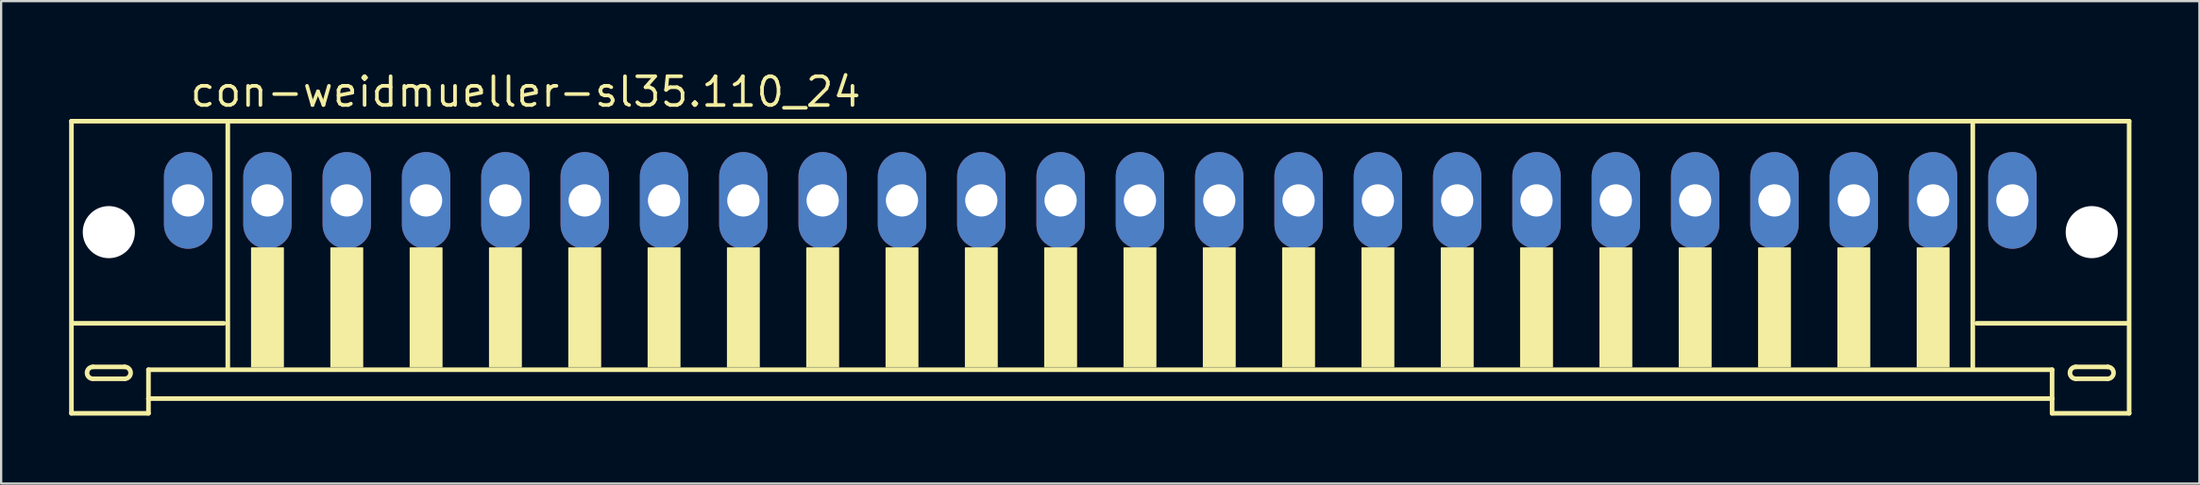
<source format=kicad_pcb>
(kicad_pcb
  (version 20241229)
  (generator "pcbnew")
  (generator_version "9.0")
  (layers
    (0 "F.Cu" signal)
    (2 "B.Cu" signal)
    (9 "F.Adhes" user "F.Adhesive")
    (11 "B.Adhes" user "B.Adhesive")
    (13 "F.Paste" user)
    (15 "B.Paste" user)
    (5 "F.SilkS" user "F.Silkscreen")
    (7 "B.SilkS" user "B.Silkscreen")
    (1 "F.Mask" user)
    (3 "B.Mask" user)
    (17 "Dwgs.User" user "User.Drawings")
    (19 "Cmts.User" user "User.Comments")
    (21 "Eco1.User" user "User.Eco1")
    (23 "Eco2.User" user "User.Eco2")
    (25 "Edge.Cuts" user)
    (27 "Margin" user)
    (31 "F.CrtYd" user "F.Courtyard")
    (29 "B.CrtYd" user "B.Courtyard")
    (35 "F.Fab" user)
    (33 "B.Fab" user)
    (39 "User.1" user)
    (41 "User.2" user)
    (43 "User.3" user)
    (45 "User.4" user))
  (footprint "con-weidmueller-sl35.110_24"
    (layer "F.Cu")
    (at 45.502 7.55)
    (property "Reference" "con-weidmueller-sl35.110_24" (at -40.25 -5.8 0) (layer "F.SilkS") (effects (font (size 1.27 1.27) (thickness 0.16)) (justify left bottom)))
    (attr through_hole)
    (fp_line (start -45.4 -5.25) (end -45.4 7.65) (stroke (width 0.203) (type default)) (layer "F.SilkS"))
    (fp_line (start -45.4 7.65) (end -42 7.65) (stroke (width 0.203) (type default)) (layer "F.SilkS"))
    (fp_line (start -44.45 5.6) (end -43.05 5.6) (stroke (width 0.203) (type default)) (layer "F.SilkS"))
    (fp_line (start -43.05 6.125) (end -44.45 6.125) (stroke (width 0.203) (type default)) (layer "F.SilkS"))
    (fp_line (start -42 5.725) (end 42 5.725) (stroke (width 0.203) (type default)) (layer "F.SilkS"))
    (fp_line (start -42 7) (end -42 5.725) (stroke (width 0.203) (type default)) (layer "F.SilkS"))
    (fp_line (start -42 7) (end 42 7) (stroke (width 0.203) (type default)) (layer "F.SilkS"))
    (fp_line (start -42 7.65) (end -42 7) (stroke (width 0.203) (type default)) (layer "F.SilkS"))
    (fp_line (start -38.675 3.675) (end -45.325 3.675) (stroke (width 0.203) (type default)) (layer "F.SilkS"))
    (fp_line (start -38.5 -5.125) (end -38.5 5.6) (stroke (width 0.203) (type default)) (layer "F.SilkS"))
    (fp_line (start 38.5 5.6) (end 38.5 -5.125) (stroke (width 0.203) (type default)) (layer "F.SilkS"))
    (fp_line (start 42 5.725) (end 42 7) (stroke (width 0.203) (type default)) (layer "F.SilkS"))
    (fp_line (start 42 7) (end 42 7.65) (stroke (width 0.203) (type default)) (layer "F.SilkS"))
    (fp_line (start 42 7.65) (end 45.4 7.65) (stroke (width 0.203) (type default)) (layer "F.SilkS"))
    (fp_line (start 43.05 5.6) (end 44.45 5.6) (stroke (width 0.203) (type default)) (layer "F.SilkS"))
    (fp_line (start 44.45 6.125) (end 43.05 6.125) (stroke (width 0.203) (type default)) (layer "F.SilkS"))
    (fp_line (start 45.325 3.675) (end 38.675 3.675) (stroke (width 0.203) (type default)) (layer "F.SilkS"))
    (fp_line (start 45.4 -5.25) (end -45.4 -5.25) (stroke (width 0.203) (type default)) (layer "F.SilkS"))
    (fp_line (start 45.4 7.65) (end 45.4 -5.25) (stroke (width 0.203) (type default)) (layer "F.SilkS"))
    (fp_rect (start -37.45 5.6) (end -36.05 0.35) (stroke (width 0.05) (type default)) (fill yes) (layer "F.SilkS"))
    (fp_rect (start -33.95 5.6) (end -32.55 0.35) (stroke (width 0.05) (type default)) (fill yes) (layer "F.SilkS"))
    (fp_rect (start -30.45 5.6) (end -29.05 0.35) (stroke (width 0.05) (type default)) (fill yes) (layer "F.SilkS"))
    (fp_rect (start -26.95 5.6) (end -25.55 0.35) (stroke (width 0.05) (type default)) (fill yes) (layer "F.SilkS"))
    (fp_rect (start -23.45 5.6) (end -22.05 0.35) (stroke (width 0.05) (type default)) (fill yes) (layer "F.SilkS"))
    (fp_rect (start -19.95 5.6) (end -18.55 0.35) (stroke (width 0.05) (type default)) (fill yes) (layer "F.SilkS"))
    (fp_rect (start -16.45 5.6) (end -15.05 0.35) (stroke (width 0.05) (type default)) (fill yes) (layer "F.SilkS"))
    (fp_rect (start -12.95 5.6) (end -11.55 0.35) (stroke (width 0.05) (type default)) (fill yes) (layer "F.SilkS"))
    (fp_rect (start -9.45 5.6) (end -8.05 0.35) (stroke (width 0.05) (type default)) (fill yes) (layer "F.SilkS"))
    (fp_rect (start -5.95 5.6) (end -4.55 0.35) (stroke (width 0.05) (type default)) (fill yes) (layer "F.SilkS"))
    (fp_rect (start -2.45 5.6) (end -1.05 0.35) (stroke (width 0.05) (type default)) (fill yes) (layer "F.SilkS"))
    (fp_rect (start 1.05 5.6) (end 2.45 0.35) (stroke (width 0.05) (type default)) (fill yes) (layer "F.SilkS"))
    (fp_rect (start 4.55 5.6) (end 5.95 0.35) (stroke (width 0.05) (type default)) (fill yes) (layer "F.SilkS"))
    (fp_rect (start 8.05 5.6) (end 9.45 0.35) (stroke (width 0.05) (type default)) (fill yes) (layer "F.SilkS"))
    (fp_rect (start 11.55 5.6) (end 12.95 0.35) (stroke (width 0.05) (type default)) (fill yes) (layer "F.SilkS"))
    (fp_rect (start 15.05 5.6) (end 16.45 0.35) (stroke (width 0.05) (type default)) (fill yes) (layer "F.SilkS"))
    (fp_rect (start 18.55 5.6) (end 19.95 0.35) (stroke (width 0.05) (type default)) (fill yes) (layer "F.SilkS"))
    (fp_rect (start 22.05 5.6) (end 23.45 0.35) (stroke (width 0.05) (type default)) (fill yes) (layer "F.SilkS"))
    (fp_rect (start 25.55 5.6) (end 26.95 0.35) (stroke (width 0.05) (type default)) (fill yes) (layer "F.SilkS"))
    (fp_rect (start 29.05 5.6) (end 30.45 0.35) (stroke (width 0.05) (type default)) (fill yes) (layer "F.SilkS"))
    (fp_rect (start 32.55 5.6) (end 33.95 0.35) (stroke (width 0.05) (type default)) (fill yes) (layer "F.SilkS"))
    (fp_rect (start 36.05 5.6) (end 37.45 0.35) (stroke (width 0.05) (type default)) (fill yes) (layer "F.SilkS"))
    (fp_arc (start -44.45 6.125) (mid -44.7125 5.8625) (end -44.45 5.6) (stroke (width 0.2032) (type default)) (layer "F.SilkS"))
    (fp_arc (start -43.05 5.6) (mid -42.7875 5.8625) (end -43.05 6.125) (stroke (width 0.2032) (type default)) (layer "F.SilkS"))
    (fp_arc (start 43.05 6.125) (mid 42.7875 5.8625) (end 43.05 5.6) (stroke (width 0.2032) (type default)) (layer "F.SilkS"))
    (fp_arc (start 44.45 5.6) (mid 44.7125 5.8625) (end 44.45 6.125) (stroke (width 0.2032) (type default)) (layer "F.SilkS"))
    (pad "" np_thru_hole circle (at -43.75 -0.35) (size 2.3 2.3) (drill 2.3) (layers "*.Cu" "*.Mask"))
    (pad "" np_thru_hole circle (at 43.75 -0.35) (size 2.3 2.3) (drill 2.3) (layers "*.Cu" "*.Mask"))
    (pad "1" thru_hole oval (at -40.25 -1.75 90) (size 4.267 2.134) (drill 1.422) (layers "*.Cu" "*.Mask"))
    (pad "2" thru_hole oval (at -36.75 -1.75 90) (size 4.267 2.134) (drill 1.422) (layers "*.Cu" "*.Mask"))
    (pad "3" thru_hole oval (at -33.25 -1.75 90) (size 4.267 2.134) (drill 1.422) (layers "*.Cu" "*.Mask"))
    (pad "4" thru_hole oval (at -29.75 -1.75 90) (size 4.267 2.134) (drill 1.422) (layers "*.Cu" "*.Mask"))
    (pad "5" thru_hole oval (at -26.25 -1.75 90) (size 4.267 2.134) (drill 1.422) (layers "*.Cu" "*.Mask"))
    (pad "6" thru_hole oval (at -22.75 -1.75 90) (size 4.267 2.134) (drill 1.422) (layers "*.Cu" "*.Mask"))
    (pad "7" thru_hole oval (at -19.25 -1.75 90) (size 4.267 2.134) (drill 1.422) (layers "*.Cu" "*.Mask"))
    (pad "8" thru_hole oval (at -15.75 -1.75 90) (size 4.267 2.134) (drill 1.422) (layers "*.Cu" "*.Mask"))
    (pad "9" thru_hole oval (at -12.25 -1.75 90) (size 4.267 2.134) (drill 1.422) (layers "*.Cu" "*.Mask"))
    (pad "10" thru_hole oval (at -8.75 -1.75 90) (size 4.267 2.134) (drill 1.422) (layers "*.Cu" "*.Mask"))
    (pad "11" thru_hole oval (at -5.25 -1.75 90) (size 4.267 2.134) (drill 1.422) (layers "*.Cu" "*.Mask"))
    (pad "12" thru_hole oval (at -1.75 -1.75 90) (size 4.267 2.134) (drill 1.422) (layers "*.Cu" "*.Mask"))
    (pad "13" thru_hole oval (at 1.75 -1.75 90) (size 4.267 2.134) (drill 1.422) (layers "*.Cu" "*.Mask"))
    (pad "14" thru_hole oval (at 5.25 -1.75 90) (size 4.267 2.134) (drill 1.422) (layers "*.Cu" "*.Mask"))
    (pad "15" thru_hole oval (at 8.75 -1.75 90) (size 4.267 2.134) (drill 1.422) (layers "*.Cu" "*.Mask"))
    (pad "16" thru_hole oval (at 12.25 -1.75 90) (size 4.267 2.134) (drill 1.422) (layers "*.Cu" "*.Mask"))
    (pad "17" thru_hole oval (at 15.75 -1.75 90) (size 4.267 2.134) (drill 1.422) (layers "*.Cu" "*.Mask"))
    (pad "18" thru_hole oval (at 19.25 -1.75 90) (size 4.267 2.134) (drill 1.422) (layers "*.Cu" "*.Mask"))
    (pad "19" thru_hole oval (at 22.75 -1.75 90) (size 4.267 2.134) (drill 1.422) (layers "*.Cu" "*.Mask"))
    (pad "20" thru_hole oval (at 26.25 -1.75 90) (size 4.267 2.134) (drill 1.422) (layers "*.Cu" "*.Mask"))
    (pad "21" thru_hole oval (at 29.75 -1.75 90) (size 4.267 2.134) (drill 1.422) (layers "*.Cu" "*.Mask"))
    (pad "22" thru_hole oval (at 33.25 -1.75 90) (size 4.267 2.134) (drill 1.422) (layers "*.Cu" "*.Mask"))
    (pad "23" thru_hole oval (at 36.75 -1.75 90) (size 4.267 2.134) (drill 1.422) (layers "*.Cu" "*.Mask"))
    (pad "24" thru_hole oval (at 40.25 -1.75 90) (size 4.267 2.134) (drill 1.422) (layers "*.Cu" "*.Mask")))
  (gr_rect
    (start -3 -3)
    (end 94.003 18.302)
    (stroke (width 0.1) (type default))
    (fill no)
    (layer "Edge.Cuts")))
</source>
